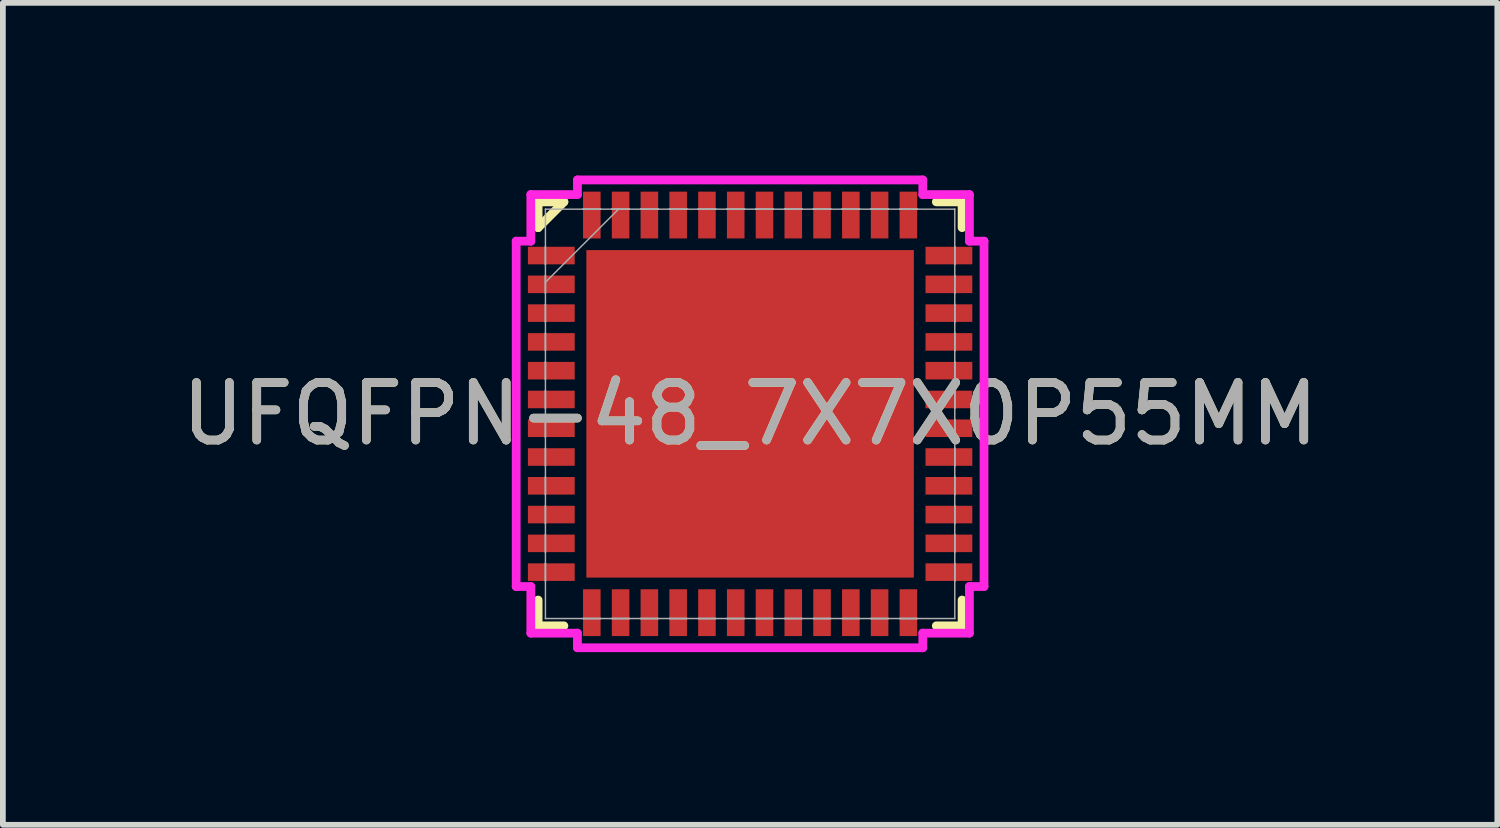
<source format=kicad_pcb>
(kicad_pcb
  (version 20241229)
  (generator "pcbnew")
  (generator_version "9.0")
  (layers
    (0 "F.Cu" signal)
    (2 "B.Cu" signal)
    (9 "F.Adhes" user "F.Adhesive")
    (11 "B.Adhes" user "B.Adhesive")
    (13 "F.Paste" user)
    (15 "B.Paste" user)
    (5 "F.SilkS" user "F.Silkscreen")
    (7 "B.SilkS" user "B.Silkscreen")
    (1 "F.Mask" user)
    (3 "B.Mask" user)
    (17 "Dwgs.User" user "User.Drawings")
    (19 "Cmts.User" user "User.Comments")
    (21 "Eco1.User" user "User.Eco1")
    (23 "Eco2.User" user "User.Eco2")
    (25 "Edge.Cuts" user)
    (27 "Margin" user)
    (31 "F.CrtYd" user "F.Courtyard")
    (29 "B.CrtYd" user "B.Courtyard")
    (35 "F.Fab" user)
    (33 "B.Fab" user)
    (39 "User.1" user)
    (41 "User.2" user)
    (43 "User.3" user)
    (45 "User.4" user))
  (footprint "UFQFPN-48_7X7X0P55MM"
    (layer "F.Cu")
    (at 9.982 4.14)
    (property "Reference" "UFQFPN-48_7X7X0P55MM" (at 0 0 0) (unlocked yes) (layer "F.SilkS") (effects (font (size 1 1) (thickness 0.15))))
    (attr smd)
    (fp_line (start -3.683 -3.683) (end -3.683 -3.235) (stroke (width 0.152) (type solid)) (layer "F.SilkS"))
    (fp_line (start -3.683 -3.235) (end -3.235 -3.683) (stroke (width 0.152) (type default)) (layer "F.SilkS"))
    (fp_line (start -3.683 3.235) (end -3.683 3.683) (stroke (width 0.152) (type solid)) (layer "F.SilkS"))
    (fp_line (start -3.683 3.683) (end -3.235 3.683) (stroke (width 0.152) (type solid)) (layer "F.SilkS"))
    (fp_line (start -3.235 -3.683) (end -3.683 -3.683) (stroke (width 0.152) (type solid)) (layer "F.SilkS"))
    (fp_line (start 3.235 3.683) (end 3.683 3.683) (stroke (width 0.152) (type solid)) (layer "F.SilkS"))
    (fp_line (start 3.683 -3.683) (end 3.235 -3.683) (stroke (width 0.152) (type solid)) (layer "F.SilkS"))
    (fp_line (start 3.683 -3.235) (end 3.683 -3.683) (stroke (width 0.152) (type solid)) (layer "F.SilkS"))
    (fp_line (start 3.683 3.683) (end 3.683 3.235) (stroke (width 0.152) (type solid)) (layer "F.SilkS"))
    (fp_poly (pts (xy -2.745 -2.745) (xy -2.745 -1.522) (xy -1.522 -1.522) (xy -1.522 -2.745)) (stroke (width 0) (type solid)) (fill yes) (layer "F.Paste"))
    (fp_poly (pts (xy -2.745 -1.322) (xy -2.745 -0.1) (xy -1.522 -0.1) (xy -1.522 -1.322)) (stroke (width 0) (type solid)) (fill yes) (layer "F.Paste"))
    (fp_poly (pts (xy -2.745 0.1) (xy -2.745 1.322) (xy -1.522 1.322) (xy -1.522 0.1)) (stroke (width 0) (type solid)) (fill yes) (layer "F.Paste"))
    (fp_poly (pts (xy -2.745 1.522) (xy -2.745 2.745) (xy -1.522 2.745) (xy -1.522 1.522)) (stroke (width 0) (type solid)) (fill yes) (layer "F.Paste"))
    (fp_poly (pts (xy -1.322 -2.745) (xy -1.322 -1.522) (xy -0.1 -1.522) (xy -0.1 -2.745)) (stroke (width 0) (type solid)) (fill yes) (layer "F.Paste"))
    (fp_poly (pts (xy -1.322 -1.322) (xy -1.322 -0.1) (xy -0.1 -0.1) (xy -0.1 -1.322)) (stroke (width 0) (type solid)) (fill yes) (layer "F.Paste"))
    (fp_poly (pts (xy -1.322 0.1) (xy -1.322 1.322) (xy -0.1 1.322) (xy -0.1 0.1)) (stroke (width 0) (type solid)) (fill yes) (layer "F.Paste"))
    (fp_poly (pts (xy -1.322 1.522) (xy -1.322 2.745) (xy -0.1 2.745) (xy -0.1 1.522)) (stroke (width 0) (type solid)) (fill yes) (layer "F.Paste"))
    (fp_poly (pts (xy 0.1 -2.745) (xy 0.1 -1.522) (xy 1.322 -1.522) (xy 1.322 -2.745)) (stroke (width 0) (type solid)) (fill yes) (layer "F.Paste"))
    (fp_poly (pts (xy 0.1 -1.322) (xy 0.1 -0.1) (xy 1.322 -0.1) (xy 1.322 -1.322)) (stroke (width 0) (type solid)) (fill yes) (layer "F.Paste"))
    (fp_poly (pts (xy 0.1 0.1) (xy 0.1 1.322) (xy 1.322 1.322) (xy 1.322 0.1)) (stroke (width 0) (type solid)) (fill yes) (layer "F.Paste"))
    (fp_poly (pts (xy 0.1 1.522) (xy 0.1 2.745) (xy 1.322 2.745) (xy 1.322 1.522)) (stroke (width 0) (type solid)) (fill yes) (layer "F.Paste"))
    (fp_poly (pts (xy 1.522 -2.745) (xy 1.522 -1.522) (xy 2.745 -1.522) (xy 2.745 -2.745)) (stroke (width 0) (type solid)) (fill yes) (layer "F.Paste"))
    (fp_poly (pts (xy 1.522 -1.322) (xy 1.522 -0.1) (xy 2.745 -0.1) (xy 2.745 -1.322)) (stroke (width 0) (type solid)) (fill yes) (layer "F.Paste"))
    (fp_poly (pts (xy 1.522 0.1) (xy 1.522 1.322) (xy 2.745 1.322) (xy 2.745 0.1)) (stroke (width 0) (type solid)) (fill yes) (layer "F.Paste"))
    (fp_poly (pts (xy 1.522 1.522) (xy 1.522 2.745) (xy 2.745 2.745) (xy 2.745 1.522)) (stroke (width 0) (type solid)) (fill yes) (layer "F.Paste"))
    (fp_line (start -4.064 -3) (end -3.81 -3) (stroke (width 0.152) (type solid)) (layer "F.CrtYd"))
    (fp_line (start -4.064 3) (end -4.064 -3) (stroke (width 0.152) (type solid)) (layer "F.CrtYd"))
    (fp_line (start -3.81 -3.81) (end -3 -3.81) (stroke (width 0.152) (type solid)) (layer "F.CrtYd"))
    (fp_line (start -3.81 -3) (end -3.81 -3.81) (stroke (width 0.152) (type solid)) (layer "F.CrtYd"))
    (fp_line (start -3.81 3) (end -4.064 3) (stroke (width 0.152) (type solid)) (layer "F.CrtYd"))
    (fp_line (start -3.81 3.81) (end -3.81 3) (stroke (width 0.152) (type solid)) (layer "F.CrtYd"))
    (fp_line (start -3 -4.064) (end 3 -4.064) (stroke (width 0.152) (type solid)) (layer "F.CrtYd"))
    (fp_line (start -3 -3.81) (end -3 -4.064) (stroke (width 0.152) (type solid)) (layer "F.CrtYd"))
    (fp_line (start -3 3.81) (end -3.81 3.81) (stroke (width 0.152) (type solid)) (layer "F.CrtYd"))
    (fp_line (start -3 4.064) (end -3 3.81) (stroke (width 0.152) (type solid)) (layer "F.CrtYd"))
    (fp_line (start 3 -4.064) (end 3 -3.81) (stroke (width 0.152) (type solid)) (layer "F.CrtYd"))
    (fp_line (start 3 -3.81) (end 3.81 -3.81) (stroke (width 0.152) (type solid)) (layer "F.CrtYd"))
    (fp_line (start 3 3.81) (end 3 4.064) (stroke (width 0.152) (type solid)) (layer "F.CrtYd"))
    (fp_line (start 3 4.064) (end -3 4.064) (stroke (width 0.152) (type solid)) (layer "F.CrtYd"))
    (fp_line (start 3.81 -3.81) (end 3.81 -3) (stroke (width 0.152) (type solid)) (layer "F.CrtYd"))
    (fp_line (start 3.81 -3) (end 4.064 -3) (stroke (width 0.152) (type solid)) (layer "F.CrtYd"))
    (fp_line (start 3.81 3) (end 3.81 3.81) (stroke (width 0.152) (type solid)) (layer "F.CrtYd"))
    (fp_line (start 3.81 3.81) (end 3 3.81) (stroke (width 0.152) (type solid)) (layer "F.CrtYd"))
    (fp_line (start 4.064 -3) (end 4.064 3) (stroke (width 0.152) (type solid)) (layer "F.CrtYd"))
    (fp_line (start 4.064 3) (end 3.81 3) (stroke (width 0.152) (type solid)) (layer "F.CrtYd"))
    (fp_line (start -3.556 -3.556) (end -3.556 -3.556) (stroke (width 0.025) (type solid)) (layer "F.Fab"))
    (fp_line (start -3.556 -3.556) (end -3.556 3.556) (stroke (width 0.025) (type solid)) (layer "F.Fab"))
    (fp_line (start -3.556 -2.902) (end -3.556 -2.902) (stroke (width 0.025) (type solid)) (layer "F.Fab"))
    (fp_line (start -3.556 -2.902) (end -3.556 -2.598) (stroke (width 0.025) (type solid)) (layer "F.Fab"))
    (fp_line (start -3.556 -2.598) (end -3.556 -2.902) (stroke (width 0.025) (type solid)) (layer "F.Fab"))
    (fp_line (start -3.556 -2.598) (end -3.556 -2.598) (stroke (width 0.025) (type solid)) (layer "F.Fab"))
    (fp_line (start -3.556 -2.402) (end -3.556 -2.402) (stroke (width 0.025) (type solid)) (layer "F.Fab"))
    (fp_line (start -3.556 -2.402) (end -3.556 -2.098) (stroke (width 0.025) (type solid)) (layer "F.Fab"))
    (fp_line (start -3.556 -2.286) (end -2.286 -3.556) (stroke (width 0.025) (type solid)) (layer "F.Fab"))
    (fp_line (start -3.556 -2.098) (end -3.556 -2.402) (stroke (width 0.025) (type solid)) (layer "F.Fab"))
    (fp_line (start -3.556 -2.098) (end -3.556 -2.098) (stroke (width 0.025) (type solid)) (layer "F.Fab"))
    (fp_line (start -3.556 -1.902) (end -3.556 -1.902) (stroke (width 0.025) (type solid)) (layer "F.Fab"))
    (fp_line (start -3.556 -1.902) (end -3.556 -1.598) (stroke (width 0.025) (type solid)) (layer "F.Fab"))
    (fp_line (start -3.556 -1.598) (end -3.556 -1.902) (stroke (width 0.025) (type solid)) (layer "F.Fab"))
    (fp_line (start -3.556 -1.598) (end -3.556 -1.598) (stroke (width 0.025) (type solid)) (layer "F.Fab"))
    (fp_line (start -3.556 -1.402) (end -3.556 -1.402) (stroke (width 0.025) (type solid)) (layer "F.Fab"))
    (fp_line (start -3.556 -1.402) (end -3.556 -1.098) (stroke (width 0.025) (type solid)) (layer "F.Fab"))
    (fp_line (start -3.556 -1.098) (end -3.556 -1.402) (stroke (width 0.025) (type solid)) (layer "F.Fab"))
    (fp_line (start -3.556 -1.098) (end -3.556 -1.098) (stroke (width 0.025) (type solid)) (layer "F.Fab"))
    (fp_line (start -3.556 -0.902) (end -3.556 -0.902) (stroke (width 0.025) (type solid)) (layer "F.Fab"))
    (fp_line (start -3.556 -0.902) (end -3.556 -0.598) (stroke (width 0.025) (type solid)) (layer "F.Fab"))
    (fp_line (start -3.556 -0.598) (end -3.556 -0.902) (stroke (width 0.025) (type solid)) (layer "F.Fab"))
    (fp_line (start -3.556 -0.598) (end -3.556 -0.598) (stroke (width 0.025) (type solid)) (layer "F.Fab"))
    (fp_line (start -3.556 -0.402) (end -3.556 -0.402) (stroke (width 0.025) (type solid)) (layer "F.Fab"))
    (fp_line (start -3.556 -0.402) (end -3.556 -0.098) (stroke (width 0.025) (type solid)) (layer "F.Fab"))
    (fp_line (start -3.556 -0.098) (end -3.556 -0.402) (stroke (width 0.025) (type solid)) (layer "F.Fab"))
    (fp_line (start -3.556 -0.098) (end -3.556 -0.098) (stroke (width 0.025) (type solid)) (layer "F.Fab"))
    (fp_line (start -3.556 0.098) (end -3.556 0.098) (stroke (width 0.025) (type solid)) (layer "F.Fab"))
    (fp_line (start -3.556 0.098) (end -3.556 0.402) (stroke (width 0.025) (type solid)) (layer "F.Fab"))
    (fp_line (start -3.556 0.402) (end -3.556 0.098) (stroke (width 0.025) (type solid)) (layer "F.Fab"))
    (fp_line (start -3.556 0.402) (end -3.556 0.402) (stroke (width 0.025) (type solid)) (layer "F.Fab"))
    (fp_line (start -3.556 0.598) (end -3.556 0.598) (stroke (width 0.025) (type solid)) (layer "F.Fab"))
    (fp_line (start -3.556 0.598) (end -3.556 0.902) (stroke (width 0.025) (type solid)) (layer "F.Fab"))
    (fp_line (start -3.556 0.902) (end -3.556 0.598) (stroke (width 0.025) (type solid)) (layer "F.Fab"))
    (fp_line (start -3.556 0.902) (end -3.556 0.902) (stroke (width 0.025) (type solid)) (layer "F.Fab"))
    (fp_line (start -3.556 1.098) (end -3.556 1.098) (stroke (width 0.025) (type solid)) (layer "F.Fab"))
    (fp_line (start -3.556 1.098) (end -3.556 1.402) (stroke (width 0.025) (type solid)) (layer "F.Fab"))
    (fp_line (start -3.556 1.402) (end -3.556 1.098) (stroke (width 0.025) (type solid)) (layer "F.Fab"))
    (fp_line (start -3.556 1.402) (end -3.556 1.402) (stroke (width 0.025) (type solid)) (layer "F.Fab"))
    (fp_line (start -3.556 1.598) (end -3.556 1.598) (stroke (width 0.025) (type solid)) (layer "F.Fab"))
    (fp_line (start -3.556 1.598) (end -3.556 1.902) (stroke (width 0.025) (type solid)) (layer "F.Fab"))
    (fp_line (start -3.556 1.902) (end -3.556 1.598) (stroke (width 0.025) (type solid)) (layer "F.Fab"))
    (fp_line (start -3.556 1.902) (end -3.556 1.902) (stroke (width 0.025) (type solid)) (layer "F.Fab"))
    (fp_line (start -3.556 2.098) (end -3.556 2.098) (stroke (width 0.025) (type solid)) (layer "F.Fab"))
    (fp_line (start -3.556 2.098) (end -3.556 2.402) (stroke (width 0.025) (type solid)) (layer "F.Fab"))
    (fp_line (start -3.556 2.402) (end -3.556 2.098) (stroke (width 0.025) (type solid)) (layer "F.Fab"))
    (fp_line (start -3.556 2.402) (end -3.556 2.402) (stroke (width 0.025) (type solid)) (layer "F.Fab"))
    (fp_line (start -3.556 2.598) (end -3.556 2.598) (stroke (width 0.025) (type solid)) (layer "F.Fab"))
    (fp_line (start -3.556 2.598) (end -3.556 2.902) (stroke (width 0.025) (type solid)) (layer "F.Fab"))
    (fp_line (start -3.556 2.902) (end -3.556 2.598) (stroke (width 0.025) (type solid)) (layer "F.Fab"))
    (fp_line (start -3.556 2.902) (end -3.556 2.902) (stroke (width 0.025) (type solid)) (layer "F.Fab"))
    (fp_line (start -3.556 3.556) (end -3.556 3.556) (stroke (width 0.025) (type solid)) (layer "F.Fab"))
    (fp_line (start -3.556 3.556) (end 3.556 3.556) (stroke (width 0.025) (type solid)) (layer "F.Fab"))
    (fp_line (start -2.902 -3.556) (end -2.902 -3.556) (stroke (width 0.025) (type solid)) (layer "F.Fab"))
    (fp_line (start -2.902 -3.556) (end -2.598 -3.556) (stroke (width 0.025) (type solid)) (layer "F.Fab"))
    (fp_line (start -2.902 3.556) (end -2.902 3.556) (stroke (width 0.025) (type solid)) (layer "F.Fab"))
    (fp_line (start -2.902 3.556) (end -2.598 3.556) (stroke (width 0.025) (type solid)) (layer "F.Fab"))
    (fp_line (start -2.598 -3.556) (end -2.902 -3.556) (stroke (width 0.025) (type solid)) (layer "F.Fab"))
    (fp_line (start -2.598 -3.556) (end -2.598 -3.556) (stroke (width 0.025) (type solid)) (layer "F.Fab"))
    (fp_line (start -2.598 3.556) (end -2.902 3.556) (stroke (width 0.025) (type solid)) (layer "F.Fab"))
    (fp_line (start -2.598 3.556) (end -2.598 3.556) (stroke (width 0.025) (type solid)) (layer "F.Fab"))
    (fp_line (start -2.402 -3.556) (end -2.402 -3.556) (stroke (width 0.025) (type solid)) (layer "F.Fab"))
    (fp_line (start -2.402 -3.556) (end -2.098 -3.556) (stroke (width 0.025) (type solid)) (layer "F.Fab"))
    (fp_line (start -2.402 3.556) (end -2.402 3.556) (stroke (width 0.025) (type solid)) (layer "F.Fab"))
    (fp_line (start -2.402 3.556) (end -2.098 3.556) (stroke (width 0.025) (type solid)) (layer "F.Fab"))
    (fp_line (start -2.098 -3.556) (end -2.402 -3.556) (stroke (width 0.025) (type solid)) (layer "F.Fab"))
    (fp_line (start -2.098 -3.556) (end -2.098 -3.556) (stroke (width 0.025) (type solid)) (layer "F.Fab"))
    (fp_line (start -2.098 3.556) (end -2.402 3.556) (stroke (width 0.025) (type solid)) (layer "F.Fab"))
    (fp_line (start -2.098 3.556) (end -2.098 3.556) (stroke (width 0.025) (type solid)) (layer "F.Fab"))
    (fp_line (start -1.902 -3.556) (end -1.902 -3.556) (stroke (width 0.025) (type solid)) (layer "F.Fab"))
    (fp_line (start -1.902 -3.556) (end -1.598 -3.556) (stroke (width 0.025) (type solid)) (layer "F.Fab"))
    (fp_line (start -1.902 3.556) (end -1.902 3.556) (stroke (width 0.025) (type solid)) (layer "F.Fab"))
    (fp_line (start -1.902 3.556) (end -1.598 3.556) (stroke (width 0.025) (type solid)) (layer "F.Fab"))
    (fp_line (start -1.598 -3.556) (end -1.902 -3.556) (stroke (width 0.025) (type solid)) (layer "F.Fab"))
    (fp_line (start -1.598 -3.556) (end -1.598 -3.556) (stroke (width 0.025) (type solid)) (layer "F.Fab"))
    (fp_line (start -1.598 3.556) (end -1.902 3.556) (stroke (width 0.025) (type solid)) (layer "F.Fab"))
    (fp_line (start -1.598 3.556) (end -1.598 3.556) (stroke (width 0.025) (type solid)) (layer "F.Fab"))
    (fp_line (start -1.402 -3.556) (end -1.402 -3.556) (stroke (width 0.025) (type solid)) (layer "F.Fab"))
    (fp_line (start -1.402 -3.556) (end -1.098 -3.556) (stroke (width 0.025) (type solid)) (layer "F.Fab"))
    (fp_line (start -1.402 3.556) (end -1.402 3.556) (stroke (width 0.025) (type solid)) (layer "F.Fab"))
    (fp_line (start -1.402 3.556) (end -1.098 3.556) (stroke (width 0.025) (type solid)) (layer "F.Fab"))
    (fp_line (start -1.098 -3.556) (end -1.402 -3.556) (stroke (width 0.025) (type solid)) (layer "F.Fab"))
    (fp_line (start -1.098 -3.556) (end -1.098 -3.556) (stroke (width 0.025) (type solid)) (layer "F.Fab"))
    (fp_line (start -1.098 3.556) (end -1.402 3.556) (stroke (width 0.025) (type solid)) (layer "F.Fab"))
    (fp_line (start -1.098 3.556) (end -1.098 3.556) (stroke (width 0.025) (type solid)) (layer "F.Fab"))
    (fp_line (start -0.902 -3.556) (end -0.902 -3.556) (stroke (width 0.025) (type solid)) (layer "F.Fab"))
    (fp_line (start -0.902 -3.556) (end -0.598 -3.556) (stroke (width 0.025) (type solid)) (layer "F.Fab"))
    (fp_line (start -0.902 3.556) (end -0.902 3.556) (stroke (width 0.025) (type solid)) (layer "F.Fab"))
    (fp_line (start -0.902 3.556) (end -0.598 3.556) (stroke (width 0.025) (type solid)) (layer "F.Fab"))
    (fp_line (start -0.598 -3.556) (end -0.902 -3.556) (stroke (width 0.025) (type solid)) (layer "F.Fab"))
    (fp_line (start -0.598 -3.556) (end -0.598 -3.556) (stroke (width 0.025) (type solid)) (layer "F.Fab"))
    (fp_line (start -0.598 3.556) (end -0.902 3.556) (stroke (width 0.025) (type solid)) (layer "F.Fab"))
    (fp_line (start -0.598 3.556) (end -0.598 3.556) (stroke (width 0.025) (type solid)) (layer "F.Fab"))
    (fp_line (start -0.402 -3.556) (end -0.402 -3.556) (stroke (width 0.025) (type solid)) (layer "F.Fab"))
    (fp_line (start -0.402 -3.556) (end -0.098 -3.556) (stroke (width 0.025) (type solid)) (layer "F.Fab"))
    (fp_line (start -0.402 3.556) (end -0.402 3.556) (stroke (width 0.025) (type solid)) (layer "F.Fab"))
    (fp_line (start -0.402 3.556) (end -0.098 3.556) (stroke (width 0.025) (type solid)) (layer "F.Fab"))
    (fp_line (start -0.098 -3.556) (end -0.402 -3.556) (stroke (width 0.025) (type solid)) (layer "F.Fab"))
    (fp_line (start -0.098 -3.556) (end -0.098 -3.556) (stroke (width 0.025) (type solid)) (layer "F.Fab"))
    (fp_line (start -0.098 3.556) (end -0.402 3.556) (stroke (width 0.025) (type solid)) (layer "F.Fab"))
    (fp_line (start -0.098 3.556) (end -0.098 3.556) (stroke (width 0.025) (type solid)) (layer "F.Fab"))
    (fp_line (start 0.098 -3.556) (end 0.098 -3.556) (stroke (width 0.025) (type solid)) (layer "F.Fab"))
    (fp_line (start 0.098 -3.556) (end 0.402 -3.556) (stroke (width 0.025) (type solid)) (layer "F.Fab"))
    (fp_line (start 0.098 3.556) (end 0.098 3.556) (stroke (width 0.025) (type solid)) (layer "F.Fab"))
    (fp_line (start 0.098 3.556) (end 0.402 3.556) (stroke (width 0.025) (type solid)) (layer "F.Fab"))
    (fp_line (start 0.402 -3.556) (end 0.098 -3.556) (stroke (width 0.025) (type solid)) (layer "F.Fab"))
    (fp_line (start 0.402 -3.556) (end 0.402 -3.556) (stroke (width 0.025) (type solid)) (layer "F.Fab"))
    (fp_line (start 0.402 3.556) (end 0.098 3.556) (stroke (width 0.025) (type solid)) (layer "F.Fab"))
    (fp_line (start 0.402 3.556) (end 0.402 3.556) (stroke (width 0.025) (type solid)) (layer "F.Fab"))
    (fp_line (start 0.598 -3.556) (end 0.598 -3.556) (stroke (width 0.025) (type solid)) (layer "F.Fab"))
    (fp_line (start 0.598 -3.556) (end 0.902 -3.556) (stroke (width 0.025) (type solid)) (layer "F.Fab"))
    (fp_line (start 0.598 3.556) (end 0.598 3.556) (stroke (width 0.025) (type solid)) (layer "F.Fab"))
    (fp_line (start 0.598 3.556) (end 0.902 3.556) (stroke (width 0.025) (type solid)) (layer "F.Fab"))
    (fp_line (start 0.902 -3.556) (end 0.598 -3.556) (stroke (width 0.025) (type solid)) (layer "F.Fab"))
    (fp_line (start 0.902 -3.556) (end 0.902 -3.556) (stroke (width 0.025) (type solid)) (layer "F.Fab"))
    (fp_line (start 0.902 3.556) (end 0.598 3.556) (stroke (width 0.025) (type solid)) (layer "F.Fab"))
    (fp_line (start 0.902 3.556) (end 0.902 3.556) (stroke (width 0.025) (type solid)) (layer "F.Fab"))
    (fp_line (start 1.098 -3.556) (end 1.098 -3.556) (stroke (width 0.025) (type solid)) (layer "F.Fab"))
    (fp_line (start 1.098 -3.556) (end 1.402 -3.556) (stroke (width 0.025) (type solid)) (layer "F.Fab"))
    (fp_line (start 1.098 3.556) (end 1.098 3.556) (stroke (width 0.025) (type solid)) (layer "F.Fab"))
    (fp_line (start 1.098 3.556) (end 1.402 3.556) (stroke (width 0.025) (type solid)) (layer "F.Fab"))
    (fp_line (start 1.402 -3.556) (end 1.098 -3.556) (stroke (width 0.025) (type solid)) (layer "F.Fab"))
    (fp_line (start 1.402 -3.556) (end 1.402 -3.556) (stroke (width 0.025) (type solid)) (layer "F.Fab"))
    (fp_line (start 1.402 3.556) (end 1.098 3.556) (stroke (width 0.025) (type solid)) (layer "F.Fab"))
    (fp_line (start 1.402 3.556) (end 1.402 3.556) (stroke (width 0.025) (type solid)) (layer "F.Fab"))
    (fp_line (start 1.598 -3.556) (end 1.598 -3.556) (stroke (width 0.025) (type solid)) (layer "F.Fab"))
    (fp_line (start 1.598 -3.556) (end 1.902 -3.556) (stroke (width 0.025) (type solid)) (layer "F.Fab"))
    (fp_line (start 1.598 3.556) (end 1.598 3.556) (stroke (width 0.025) (type solid)) (layer "F.Fab"))
    (fp_line (start 1.598 3.556) (end 1.902 3.556) (stroke (width 0.025) (type solid)) (layer "F.Fab"))
    (fp_line (start 1.902 -3.556) (end 1.598 -3.556) (stroke (width 0.025) (type solid)) (layer "F.Fab"))
    (fp_line (start 1.902 -3.556) (end 1.902 -3.556) (stroke (width 0.025) (type solid)) (layer "F.Fab"))
    (fp_line (start 1.902 3.556) (end 1.598 3.556) (stroke (width 0.025) (type solid)) (layer "F.Fab"))
    (fp_line (start 1.902 3.556) (end 1.902 3.556) (stroke (width 0.025) (type solid)) (layer "F.Fab"))
    (fp_line (start 2.098 -3.556) (end 2.098 -3.556) (stroke (width 0.025) (type solid)) (layer "F.Fab"))
    (fp_line (start 2.098 -3.556) (end 2.402 -3.556) (stroke (width 0.025) (type solid)) (layer "F.Fab"))
    (fp_line (start 2.098 3.556) (end 2.098 3.556) (stroke (width 0.025) (type solid)) (layer "F.Fab"))
    (fp_line (start 2.098 3.556) (end 2.402 3.556) (stroke (width 0.025) (type solid)) (layer "F.Fab"))
    (fp_line (start 2.402 -3.556) (end 2.098 -3.556) (stroke (width 0.025) (type solid)) (layer "F.Fab"))
    (fp_line (start 2.402 -3.556) (end 2.402 -3.556) (stroke (width 0.025) (type solid)) (layer "F.Fab"))
    (fp_line (start 2.402 3.556) (end 2.098 3.556) (stroke (width 0.025) (type solid)) (layer "F.Fab"))
    (fp_line (start 2.402 3.556) (end 2.402 3.556) (stroke (width 0.025) (type solid)) (layer "F.Fab"))
    (fp_line (start 2.598 -3.556) (end 2.598 -3.556) (stroke (width 0.025) (type solid)) (layer "F.Fab"))
    (fp_line (start 2.598 -3.556) (end 2.902 -3.556) (stroke (width 0.025) (type solid)) (layer "F.Fab"))
    (fp_line (start 2.598 3.556) (end 2.598 3.556) (stroke (width 0.025) (type solid)) (layer "F.Fab"))
    (fp_line (start 2.598 3.556) (end 2.902 3.556) (stroke (width 0.025) (type solid)) (layer "F.Fab"))
    (fp_line (start 2.902 -3.556) (end 2.598 -3.556) (stroke (width 0.025) (type solid)) (layer "F.Fab"))
    (fp_line (start 2.902 -3.556) (end 2.902 -3.556) (stroke (width 0.025) (type solid)) (layer "F.Fab"))
    (fp_line (start 2.902 3.556) (end 2.598 3.556) (stroke (width 0.025) (type solid)) (layer "F.Fab"))
    (fp_line (start 2.902 3.556) (end 2.902 3.556) (stroke (width 0.025) (type solid)) (layer "F.Fab"))
    (fp_line (start 3.556 -3.556) (end -3.556 -3.556) (stroke (width 0.025) (type solid)) (layer "F.Fab"))
    (fp_line (start 3.556 -3.556) (end 3.556 -3.556) (stroke (width 0.025) (type solid)) (layer "F.Fab"))
    (fp_line (start 3.556 -2.902) (end 3.556 -2.902) (stroke (width 0.025) (type solid)) (layer "F.Fab"))
    (fp_line (start 3.556 -2.902) (end 3.556 -2.598) (stroke (width 0.025) (type solid)) (layer "F.Fab"))
    (fp_line (start 3.556 -2.598) (end 3.556 -2.902) (stroke (width 0.025) (type solid)) (layer "F.Fab"))
    (fp_line (start 3.556 -2.598) (end 3.556 -2.598) (stroke (width 0.025) (type solid)) (layer "F.Fab"))
    (fp_line (start 3.556 -2.402) (end 3.556 -2.402) (stroke (width 0.025) (type solid)) (layer "F.Fab"))
    (fp_line (start 3.556 -2.402) (end 3.556 -2.098) (stroke (width 0.025) (type solid)) (layer "F.Fab"))
    (fp_line (start 3.556 -2.098) (end 3.556 -2.402) (stroke (width 0.025) (type solid)) (layer "F.Fab"))
    (fp_line (start 3.556 -2.098) (end 3.556 -2.098) (stroke (width 0.025) (type solid)) (layer "F.Fab"))
    (fp_line (start 3.556 -1.902) (end 3.556 -1.902) (stroke (width 0.025) (type solid)) (layer "F.Fab"))
    (fp_line (start 3.556 -1.902) (end 3.556 -1.598) (stroke (width 0.025) (type solid)) (layer "F.Fab"))
    (fp_line (start 3.556 -1.598) (end 3.556 -1.902) (stroke (width 0.025) (type solid)) (layer "F.Fab"))
    (fp_line (start 3.556 -1.598) (end 3.556 -1.598) (stroke (width 0.025) (type solid)) (layer "F.Fab"))
    (fp_line (start 3.556 -1.402) (end 3.556 -1.402) (stroke (width 0.025) (type solid)) (layer "F.Fab"))
    (fp_line (start 3.556 -1.402) (end 3.556 -1.098) (stroke (width 0.025) (type solid)) (layer "F.Fab"))
    (fp_line (start 3.556 -1.098) (end 3.556 -1.402) (stroke (width 0.025) (type solid)) (layer "F.Fab"))
    (fp_line (start 3.556 -1.098) (end 3.556 -1.098) (stroke (width 0.025) (type solid)) (layer "F.Fab"))
    (fp_line (start 3.556 -0.902) (end 3.556 -0.902) (stroke (width 0.025) (type solid)) (layer "F.Fab"))
    (fp_line (start 3.556 -0.902) (end 3.556 -0.598) (stroke (width 0.025) (type solid)) (layer "F.Fab"))
    (fp_line (start 3.556 -0.598) (end 3.556 -0.902) (stroke (width 0.025) (type solid)) (layer "F.Fab"))
    (fp_line (start 3.556 -0.598) (end 3.556 -0.598) (stroke (width 0.025) (type solid)) (layer "F.Fab"))
    (fp_line (start 3.556 -0.402) (end 3.556 -0.402) (stroke (width 0.025) (type solid)) (layer "F.Fab"))
    (fp_line (start 3.556 -0.402) (end 3.556 -0.098) (stroke (width 0.025) (type solid)) (layer "F.Fab"))
    (fp_line (start 3.556 -0.098) (end 3.556 -0.402) (stroke (width 0.025) (type solid)) (layer "F.Fab"))
    (fp_line (start 3.556 -0.098) (end 3.556 -0.098) (stroke (width 0.025) (type solid)) (layer "F.Fab"))
    (fp_line (start 3.556 0.098) (end 3.556 0.098) (stroke (width 0.025) (type solid)) (layer "F.Fab"))
    (fp_line (start 3.556 0.098) (end 3.556 0.402) (stroke (width 0.025) (type solid)) (layer "F.Fab"))
    (fp_line (start 3.556 0.402) (end 3.556 0.098) (stroke (width 0.025) (type solid)) (layer "F.Fab"))
    (fp_line (start 3.556 0.402) (end 3.556 0.402) (stroke (width 0.025) (type solid)) (layer "F.Fab"))
    (fp_line (start 3.556 0.598) (end 3.556 0.598) (stroke (width 0.025) (type solid)) (layer "F.Fab"))
    (fp_line (start 3.556 0.598) (end 3.556 0.902) (stroke (width 0.025) (type solid)) (layer "F.Fab"))
    (fp_line (start 3.556 0.902) (end 3.556 0.598) (stroke (width 0.025) (type solid)) (layer "F.Fab"))
    (fp_line (start 3.556 0.902) (end 3.556 0.902) (stroke (width 0.025) (type solid)) (layer "F.Fab"))
    (fp_line (start 3.556 1.098) (end 3.556 1.098) (stroke (width 0.025) (type solid)) (layer "F.Fab"))
    (fp_line (start 3.556 1.098) (end 3.556 1.402) (stroke (width 0.025) (type solid)) (layer "F.Fab"))
    (fp_line (start 3.556 1.402) (end 3.556 1.098) (stroke (width 0.025) (type solid)) (layer "F.Fab"))
    (fp_line (start 3.556 1.402) (end 3.556 1.402) (stroke (width 0.025) (type solid)) (layer "F.Fab"))
    (fp_line (start 3.556 1.598) (end 3.556 1.598) (stroke (width 0.025) (type solid)) (layer "F.Fab"))
    (fp_line (start 3.556 1.598) (end 3.556 1.902) (stroke (width 0.025) (type solid)) (layer "F.Fab"))
    (fp_line (start 3.556 1.902) (end 3.556 1.598) (stroke (width 0.025) (type solid)) (layer "F.Fab"))
    (fp_line (start 3.556 1.902) (end 3.556 1.902) (stroke (width 0.025) (type solid)) (layer "F.Fab"))
    (fp_line (start 3.556 2.098) (end 3.556 2.098) (stroke (width 0.025) (type solid)) (layer "F.Fab"))
    (fp_line (start 3.556 2.098) (end 3.556 2.402) (stroke (width 0.025) (type solid)) (layer "F.Fab"))
    (fp_line (start 3.556 2.402) (end 3.556 2.098) (stroke (width 0.025) (type solid)) (layer "F.Fab"))
    (fp_line (start 3.556 2.402) (end 3.556 2.402) (stroke (width 0.025) (type solid)) (layer "F.Fab"))
    (fp_line (start 3.556 2.598) (end 3.556 2.598) (stroke (width 0.025) (type solid)) (layer "F.Fab"))
    (fp_line (start 3.556 2.598) (end 3.556 2.902) (stroke (width 0.025) (type solid)) (layer "F.Fab"))
    (fp_line (start 3.556 2.902) (end 3.556 2.598) (stroke (width 0.025) (type solid)) (layer "F.Fab"))
    (fp_line (start 3.556 2.902) (end 3.556 2.902) (stroke (width 0.025) (type solid)) (layer "F.Fab"))
    (fp_line (start 3.556 3.556) (end 3.556 -3.556) (stroke (width 0.025) (type solid)) (layer "F.Fab"))
    (fp_line (start 3.556 3.556) (end 3.556 3.556) (stroke (width 0.025) (type solid)) (layer "F.Fab"))
    (fp_text user "${REFERENCE}" (at 0 0 0) (unlocked yes) (layer "F.Fab") (effects (font (size 1 1) (thickness 0.15))))
    (pad "1" smd rect (at -3.454 -2.75 90) (size 0.305 0.813) (layers "F.Cu" "F.Mask" "F.Paste"))
    (pad "2" smd rect (at -3.454 -2.25 90) (size 0.305 0.813) (layers "F.Cu" "F.Mask" "F.Paste"))
    (pad "3" smd rect (at -3.454 -1.75 90) (size 0.305 0.813) (layers "F.Cu" "F.Mask" "F.Paste"))
    (pad "4" smd rect (at -3.454 -1.25 90) (size 0.305 0.813) (layers "F.Cu" "F.Mask" "F.Paste"))
    (pad "5" smd rect (at -3.454 -0.75 90) (size 0.305 0.813) (layers "F.Cu" "F.Mask" "F.Paste"))
    (pad "6" smd rect (at -3.454 -0.25 90) (size 0.305 0.813) (layers "F.Cu" "F.Mask" "F.Paste"))
    (pad "7" smd rect (at -3.454 0.25 90) (size 0.305 0.813) (layers "F.Cu" "F.Mask" "F.Paste"))
    (pad "8" smd rect (at -3.454 0.75 90) (size 0.305 0.813) (layers "F.Cu" "F.Mask" "F.Paste"))
    (pad "9" smd rect (at -3.454 1.25 90) (size 0.305 0.813) (layers "F.Cu" "F.Mask" "F.Paste"))
    (pad "10" smd rect (at -3.454 1.75 90) (size 0.305 0.813) (layers "F.Cu" "F.Mask" "F.Paste"))
    (pad "11" smd rect (at -3.454 2.25 90) (size 0.305 0.813) (layers "F.Cu" "F.Mask" "F.Paste"))
    (pad "12" smd rect (at -3.454 2.75 90) (size 0.305 0.813) (layers "F.Cu" "F.Mask" "F.Paste"))
    (pad "13" smd rect (at -2.75 3.454) (size 0.305 0.813) (layers "F.Cu" "F.Mask" "F.Paste"))
    (pad "14" smd rect (at -2.25 3.454) (size 0.305 0.813) (layers "F.Cu" "F.Mask" "F.Paste"))
    (pad "15" smd rect (at -1.75 3.454) (size 0.305 0.813) (layers "F.Cu" "F.Mask" "F.Paste"))
    (pad "16" smd rect (at -1.25 3.454) (size 0.305 0.813) (layers "F.Cu" "F.Mask" "F.Paste"))
    (pad "17" smd rect (at -0.75 3.454) (size 0.305 0.813) (layers "F.Cu" "F.Mask" "F.Paste"))
    (pad "18" smd rect (at -0.25 3.454) (size 0.305 0.813) (layers "F.Cu" "F.Mask" "F.Paste"))
    (pad "19" smd rect (at 0.25 3.454) (size 0.305 0.813) (layers "F.Cu" "F.Mask" "F.Paste"))
    (pad "20" smd rect (at 0.75 3.454) (size 0.305 0.813) (layers "F.Cu" "F.Mask" "F.Paste"))
    (pad "21" smd rect (at 1.25 3.454) (size 0.305 0.813) (layers "F.Cu" "F.Mask" "F.Paste"))
    (pad "22" smd rect (at 1.75 3.454) (size 0.305 0.813) (layers "F.Cu" "F.Mask" "F.Paste"))
    (pad "23" smd rect (at 2.25 3.454) (size 0.305 0.813) (layers "F.Cu" "F.Mask" "F.Paste"))
    (pad "24" smd rect (at 2.75 3.454) (size 0.305 0.813) (layers "F.Cu" "F.Mask" "F.Paste"))
    (pad "25" smd rect (at 3.454 2.75 90) (size 0.305 0.813) (layers "F.Cu" "F.Mask" "F.Paste"))
    (pad "26" smd rect (at 3.454 2.25 90) (size 0.305 0.813) (layers "F.Cu" "F.Mask" "F.Paste"))
    (pad "27" smd rect (at 3.454 1.75 90) (size 0.305 0.813) (layers "F.Cu" "F.Mask" "F.Paste"))
    (pad "28" smd rect (at 3.454 1.25 90) (size 0.305 0.813) (layers "F.Cu" "F.Mask" "F.Paste"))
    (pad "29" smd rect (at 3.454 0.75 90) (size 0.305 0.813) (layers "F.Cu" "F.Mask" "F.Paste"))
    (pad "30" smd rect (at 3.454 0.25 90) (size 0.305 0.813) (layers "F.Cu" "F.Mask" "F.Paste"))
    (pad "31" smd rect (at 3.454 -0.25 90) (size 0.305 0.813) (layers "F.Cu" "F.Mask" "F.Paste"))
    (pad "32" smd rect (at 3.454 -0.75 90) (size 0.305 0.813) (layers "F.Cu" "F.Mask" "F.Paste"))
    (pad "33" smd rect (at 3.454 -1.25 90) (size 0.305 0.813) (layers "F.Cu" "F.Mask" "F.Paste"))
    (pad "34" smd rect (at 3.454 -1.75 90) (size 0.305 0.813) (layers "F.Cu" "F.Mask" "F.Paste"))
    (pad "35" smd rect (at 3.454 -2.25 90) (size 0.305 0.813) (layers "F.Cu" "F.Mask" "F.Paste"))
    (pad "36" smd rect (at 3.454 -2.75 90) (size 0.305 0.813) (layers "F.Cu" "F.Mask" "F.Paste"))
    (pad "37" smd rect (at 2.75 -3.454) (size 0.305 0.813) (layers "F.Cu" "F.Mask" "F.Paste"))
    (pad "38" smd rect (at 2.25 -3.454) (size 0.305 0.813) (layers "F.Cu" "F.Mask" "F.Paste"))
    (pad "39" smd rect (at 1.75 -3.454) (size 0.305 0.813) (layers "F.Cu" "F.Mask" "F.Paste"))
    (pad "40" smd rect (at 1.25 -3.454) (size 0.305 0.813) (layers "F.Cu" "F.Mask" "F.Paste"))
    (pad "41" smd rect (at 0.75 -3.454) (size 0.305 0.813) (layers "F.Cu" "F.Mask" "F.Paste"))
    (pad "42" smd rect (at 0.25 -3.454) (size 0.305 0.813) (layers "F.Cu" "F.Mask" "F.Paste"))
    (pad "43" smd rect (at -0.25 -3.454) (size 0.305 0.813) (layers "F.Cu" "F.Mask" "F.Paste"))
    (pad "44" smd rect (at -0.75 -3.454) (size 0.305 0.813) (layers "F.Cu" "F.Mask" "F.Paste"))
    (pad "45" smd rect (at -1.25 -3.454) (size 0.305 0.813) (layers "F.Cu" "F.Mask" "F.Paste"))
    (pad "46" smd rect (at -1.75 -3.454) (size 0.305 0.813) (layers "F.Cu" "F.Mask" "F.Paste"))
    (pad "47" smd rect (at -2.25 -3.454) (size 0.305 0.813) (layers "F.Cu" "F.Mask" "F.Paste"))
    (pad "48" smd rect (at -2.75 -3.454) (size 0.305 0.813) (layers "F.Cu" "F.Mask" "F.Paste"))
    (pad "49" smd rect (at 0 0) (size 5.69 5.69) (layers "F.Cu" "F.Mask")))
  (gr_rect
    (start -3 -3)
    (end 22.964 11.28)
    (stroke (width 0.1) (type default))
    (fill no)
    (layer "Edge.Cuts")))
</source>
